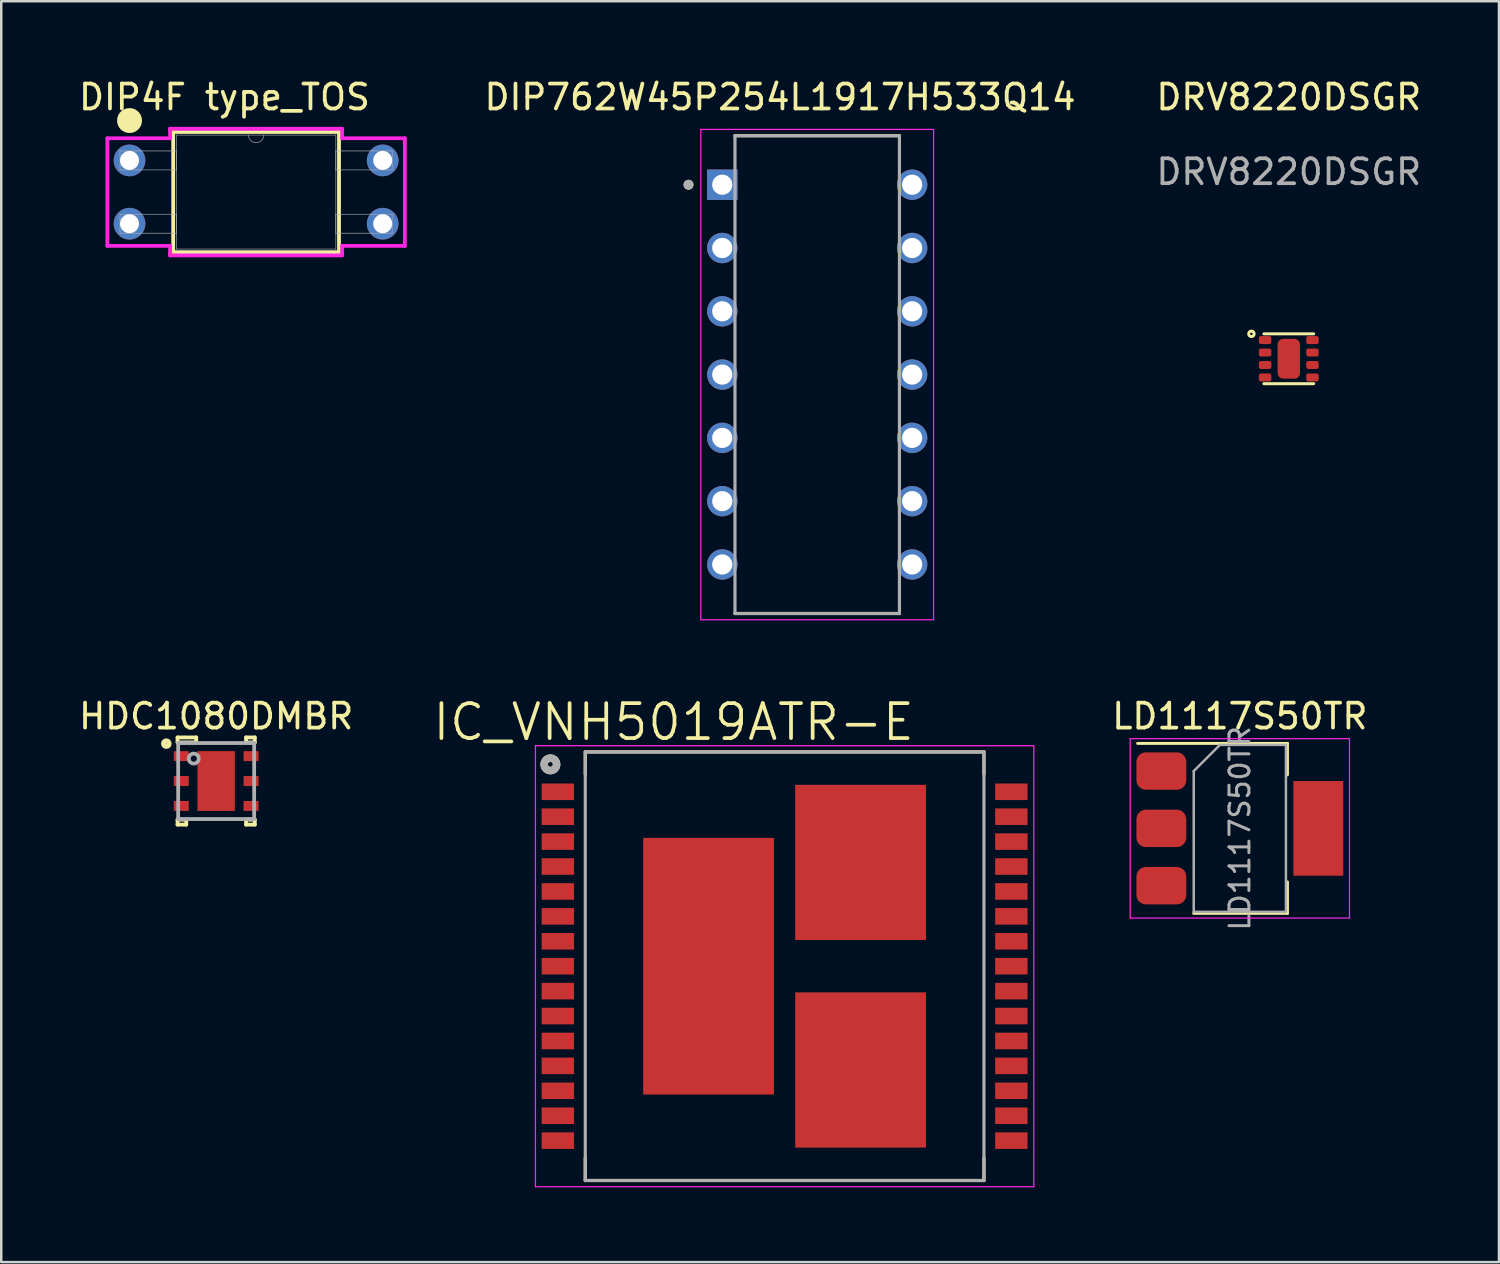
<source format=kicad_pcb>
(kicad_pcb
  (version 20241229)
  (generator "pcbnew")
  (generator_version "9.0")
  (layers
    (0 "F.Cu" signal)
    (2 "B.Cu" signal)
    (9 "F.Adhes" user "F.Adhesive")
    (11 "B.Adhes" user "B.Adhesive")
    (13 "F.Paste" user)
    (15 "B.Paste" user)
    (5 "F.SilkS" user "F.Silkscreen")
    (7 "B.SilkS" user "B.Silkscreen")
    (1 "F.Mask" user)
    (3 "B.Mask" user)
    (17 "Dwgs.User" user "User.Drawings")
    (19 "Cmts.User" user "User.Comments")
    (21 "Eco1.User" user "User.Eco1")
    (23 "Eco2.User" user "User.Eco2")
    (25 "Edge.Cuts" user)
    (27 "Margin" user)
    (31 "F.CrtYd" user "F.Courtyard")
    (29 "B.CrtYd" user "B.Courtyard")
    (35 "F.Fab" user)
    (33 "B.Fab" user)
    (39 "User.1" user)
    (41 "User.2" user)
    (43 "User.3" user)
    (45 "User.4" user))
  (footprint "DIP762W45P254L1917H533Q14"
    (layer "F.Cu")
    (at 29.746 11.983)
    (property "Reference" "DIP762W45P254L1917H533Q14" (at -1.49 -11.135 0) (layer "F.SilkS") (effects (font (size 1 1) (thickness 0.15))))
    (attr through_hole)
    (fp_line (start -3.3 -9.588) (end 3.3 -9.588) (stroke (width 0.127) (type solid)) (layer "F.SilkS"))
    (fp_line (start -3.3 9.588) (end 3.3 9.588) (stroke (width 0.127) (type solid)) (layer "F.SilkS"))
    (fp_circle (center -5.165 -7.62) (end -5.065 -7.62) (stroke (width 0.2) (type solid)) (fill no) (layer "F.SilkS"))
    (fp_line (start -4.67 -9.838) (end -4.67 9.838) (stroke (width 0.05) (type solid)) (layer "F.CrtYd"))
    (fp_line (start 4.67 -9.838) (end -4.67 -9.838) (stroke (width 0.05) (type solid)) (layer "F.CrtYd"))
    (fp_line (start 4.67 -9.838) (end 4.67 9.838) (stroke (width 0.05) (type solid)) (layer "F.CrtYd"))
    (fp_line (start 4.67 9.838) (end -4.67 9.838) (stroke (width 0.05) (type solid)) (layer "F.CrtYd"))
    (fp_line (start -3.3 -9.588) (end -3.3 9.588) (stroke (width 0.127) (type solid)) (layer "F.Fab"))
    (fp_line (start -3.3 -9.588) (end 3.3 -9.588) (stroke (width 0.127) (type solid)) (layer "F.Fab"))
    (fp_line (start -3.3 9.588) (end 3.3 9.588) (stroke (width 0.127) (type solid)) (layer "F.Fab"))
    (fp_line (start 3.3 -9.588) (end 3.3 9.588) (stroke (width 0.127) (type solid)) (layer "F.Fab"))
    (fp_circle (center -5.165 -7.62) (end -5.065 -7.62) (stroke (width 0.2) (type solid)) (fill no) (layer "F.Fab"))
    (pad "1" thru_hole rect (at -3.81 -7.62) (size 1.22 1.22) (drill 0.81) (layers "*.Cu" "*.Mask"))
    (pad "2" thru_hole circle (at -3.81 -5.08) (size 1.22 1.22) (drill 0.81) (layers "*.Cu" "*.Mask"))
    (pad "3" thru_hole circle (at -3.81 -2.54) (size 1.22 1.22) (drill 0.81) (layers "*.Cu" "*.Mask"))
    (pad "4" thru_hole circle (at -3.81 0) (size 1.22 1.22) (drill 0.81) (layers "*.Cu" "*.Mask"))
    (pad "5" thru_hole circle (at -3.81 2.54) (size 1.22 1.22) (drill 0.81) (layers "*.Cu" "*.Mask"))
    (pad "6" thru_hole circle (at -3.81 5.08) (size 1.22 1.22) (drill 0.81) (layers "*.Cu" "*.Mask"))
    (pad "7" thru_hole circle (at -3.81 7.62) (size 1.22 1.22) (drill 0.81) (layers "*.Cu" "*.Mask"))
    (pad "8" thru_hole circle (at 3.81 7.62) (size 1.22 1.22) (drill 0.81) (layers "*.Cu" "*.Mask"))
    (pad "9" thru_hole circle (at 3.81 5.08) (size 1.22 1.22) (drill 0.81) (layers "*.Cu" "*.Mask"))
    (pad "10" thru_hole circle (at 3.81 2.54) (size 1.22 1.22) (drill 0.81) (layers "*.Cu" "*.Mask"))
    (pad "11" thru_hole circle (at 3.81 0) (size 1.22 1.22) (drill 0.81) (layers "*.Cu" "*.Mask"))
    (pad "12" thru_hole circle (at 3.81 -2.54) (size 1.22 1.22) (drill 0.81) (layers "*.Cu" "*.Mask"))
    (pad "13" thru_hole circle (at 3.81 -5.08) (size 1.22 1.22) (drill 0.81) (layers "*.Cu" "*.Mask"))
    (pad "14" thru_hole circle (at 3.81 -7.62) (size 1.22 1.22) (drill 0.81) (layers "*.Cu" "*.Mask")))
  (footprint "LD1117S50TR"
    (layer "F.Cu")
    (at 46.707 30.194)
    (property "Reference" "LD1117S50TR" (at 0 -4.5 0) (layer "F.SilkS") (effects (font (size 1 1) (thickness 0.15))))
    (attr smd)
    (fp_line (start -4.1 -3.41) (end 1.91 -3.41) (stroke (width 0.12) (type solid)) (layer "F.SilkS"))
    (fp_line (start -1.85 3.41) (end 1.91 3.41) (stroke (width 0.12) (type solid)) (layer "F.SilkS"))
    (fp_line (start 1.91 -3.41) (end 1.91 -2.15) (stroke (width 0.12) (type solid)) (layer "F.SilkS"))
    (fp_line (start 1.91 3.41) (end 1.91 2.15) (stroke (width 0.12) (type solid)) (layer "F.SilkS"))
    (fp_line (start -4.4 -3.6) (end -4.4 3.6) (stroke (width 0.05) (type solid)) (layer "F.CrtYd"))
    (fp_line (start -4.4 3.6) (end 4.4 3.6) (stroke (width 0.05) (type solid)) (layer "F.CrtYd"))
    (fp_line (start 4.4 -3.6) (end -4.4 -3.6) (stroke (width 0.05) (type solid)) (layer "F.CrtYd"))
    (fp_line (start 4.4 3.6) (end 4.4 -3.6) (stroke (width 0.05) (type solid)) (layer "F.CrtYd"))
    (fp_line (start -1.85 -2.3) (end -1.85 3.35) (stroke (width 0.1) (type solid)) (layer "F.Fab"))
    (fp_line (start -1.85 -2.3) (end -0.8 -3.35) (stroke (width 0.1) (type solid)) (layer "F.Fab"))
    (fp_line (start -1.85 3.35) (end 1.85 3.35) (stroke (width 0.1) (type solid)) (layer "F.Fab"))
    (fp_line (start -0.8 -3.35) (end 1.85 -3.35) (stroke (width 0.1) (type solid)) (layer "F.Fab"))
    (fp_line (start 1.85 -3.35) (end 1.85 3.35) (stroke (width 0.1) (type solid)) (layer "F.Fab"))
    (fp_text user "${REFERENCE}" (at 0 0 90) (layer "F.Fab") (effects (font (size 0.8 0.8) (thickness 0.12))))
    (pad "1" smd roundrect (at -3.15 -2.3) (size 2 1.5) (layers "F.Cu" "F.Mask" "F.Paste") (roundrect_rratio 0.25))
    (pad "2" smd roundrect (at -3.15 0) (size 2 1.5) (layers "F.Cu" "F.Mask" "F.Paste") (roundrect_rratio 0.25))
    (pad "3" smd roundrect (at -3.15 2.3) (size 2 1.5) (layers "F.Cu" "F.Mask" "F.Paste") (roundrect_rratio 0.25))
    (pad "4" smd rect (at 3.15 0) (size 2 3.8) (layers "F.Cu" "F.Mask" "F.Paste")))
  (footprint "HDC1080DMBR"
    (layer "F.Cu")
    (at 5.625 28.294)
    (property "Reference" "HDC1080DMBR" (at 0 -2.6 0) (layer "F.SilkS") (effects (font (size 1 1) (thickness 0.15))))
    (attr through_hole)
    (fp_line (start -1.55 -1.75) (end -1.55 -1.55) (stroke (width 0.152) (type solid)) (layer "F.SilkS"))
    (fp_line (start -1.55 -1.55) (end -0.8 -1.55) (stroke (width 0.152) (type solid)) (layer "F.SilkS"))
    (fp_line (start -1.55 1.55) (end -1.55 1.75) (stroke (width 0.152) (type solid)) (layer "F.SilkS"))
    (fp_line (start -1.55 1.75) (end -1.2 1.75) (stroke (width 0.152) (type solid)) (layer "F.SilkS"))
    (fp_line (start -1.2 1.55) (end -1.55 1.55) (stroke (width 0.152) (type solid)) (layer "F.SilkS"))
    (fp_line (start -1.2 1.75) (end -1.2 1.55) (stroke (width 0.152) (type solid)) (layer "F.SilkS"))
    (fp_line (start -0.8 -1.75) (end -1.55 -1.75) (stroke (width 0.152) (type solid)) (layer "F.SilkS"))
    (fp_line (start -0.8 -1.55) (end -0.8 -1.75) (stroke (width 0.152) (type solid)) (layer "F.SilkS"))
    (fp_line (start 1.2 -1.75) (end 1.2 -1.55) (stroke (width 0.152) (type solid)) (layer "F.SilkS"))
    (fp_line (start 1.2 -1.55) (end 1.55 -1.55) (stroke (width 0.152) (type solid)) (layer "F.SilkS"))
    (fp_line (start 1.2 1.55) (end 1.2 1.75) (stroke (width 0.152) (type solid)) (layer "F.SilkS"))
    (fp_line (start 1.2 1.75) (end 1.55 1.75) (stroke (width 0.152) (type solid)) (layer "F.SilkS"))
    (fp_line (start 1.55 -1.75) (end 1.2 -1.75) (stroke (width 0.152) (type solid)) (layer "F.SilkS"))
    (fp_line (start 1.55 -1.55) (end 1.55 -1.75) (stroke (width 0.152) (type solid)) (layer "F.SilkS"))
    (fp_line (start 1.55 1.55) (end 1.2 1.55) (stroke (width 0.152) (type solid)) (layer "F.SilkS"))
    (fp_line (start 1.55 1.75) (end 1.55 1.55) (stroke (width 0.152) (type solid)) (layer "F.SilkS"))
    (fp_circle (center -2 -1.5) (end -1.9 -1.45) (stroke (width 0.2) (type solid)) (fill no) (layer "F.SilkS"))
    (fp_line (start -0.69 -1.16) (end -0.69 -0.1) (stroke (width 0.152) (type solid)) (layer "F.Paste"))
    (fp_line (start -0.69 -0.1) (end 0.69 -0.1) (stroke (width 0.152) (type solid)) (layer "F.Paste"))
    (fp_line (start -0.69 0.1) (end -0.69 1.16) (stroke (width 0.152) (type solid)) (layer "F.Paste"))
    (fp_line (start -0.69 1.16) (end 0.69 1.16) (stroke (width 0.152) (type solid)) (layer "F.Paste"))
    (fp_line (start 0.69 -1.16) (end -0.69 -1.16) (stroke (width 0.152) (type solid)) (layer "F.Paste"))
    (fp_line (start 0.69 -0.1) (end 0.69 -1.16) (stroke (width 0.152) (type solid)) (layer "F.Paste"))
    (fp_line (start 0.69 0.1) (end -0.69 0.1) (stroke (width 0.152) (type solid)) (layer "F.Paste"))
    (fp_line (start 0.69 1.16) (end 0.69 0.1) (stroke (width 0.152) (type solid)) (layer "F.Paste"))
    (fp_line (start -1.525 -1.525) (end 1.525 -1.525) (stroke (width 0.152) (type solid)) (layer "F.Fab"))
    (fp_line (start -1.525 1.525) (end -1.525 -1.525) (stroke (width 0.152) (type solid)) (layer "F.Fab"))
    (fp_line (start -1.525 1.525) (end 1.525 1.525) (stroke (width 0.152) (type solid)) (layer "F.Fab"))
    (fp_line (start 1.525 1.525) (end 1.525 -1.525) (stroke (width 0.152) (type solid)) (layer "F.Fab"))
    (fp_circle (center -0.9 -0.9) (end -0.7 -0.9) (stroke (width 0.152) (type solid)) (fill no) (layer "F.Fab"))
    (pad "1" smd rect (at -1.4 -1) (size 0.6 0.4) (layers "F.Cu" "F.Mask" "F.Paste"))
    (pad "2" smd rect (at -1.4 0) (size 0.6 0.4) (layers "F.Cu" "F.Mask" "F.Paste"))
    (pad "3" smd rect (at -1.4 1) (size 0.6 0.4) (layers "F.Cu" "F.Mask" "F.Paste"))
    (pad "4" smd rect (at 1.4 1) (size 0.6 0.4) (layers "F.Cu" "F.Mask" "F.Paste"))
    (pad "5" smd rect (at 1.4 0) (size 0.6 0.4) (layers "F.Cu" "F.Mask" "F.Paste"))
    (pad "6" smd rect (at 1.4 -1) (size 0.6 0.4) (layers "F.Cu" "F.Mask" "F.Paste"))
    (pad "7" smd rect (at 0 0) (size 1.5 2.4) (layers "F.Cu" "F.Mask" "F.Paste")))
  (footprint "IC_VNH5019ATR-E"
    (layer "F.Cu")
    (at 28.438 35.726)
    (property "Reference" "IC_VNH5019ATR-E" (at -4.453 -9.797 0) (layer "F.SilkS") (effects (font (size 1.403 1.403) (thickness 0.15))))
    (attr smd)
    (fp_line (start -8 -8.6) (end 8 -8.6) (stroke (width 0.127) (type solid)) (layer "F.SilkS"))
    (fp_line (start -8 -7.7) (end -8 -8.6) (stroke (width 0.127) (type solid)) (layer "F.SilkS"))
    (fp_line (start -8 7.7) (end -8 8.6) (stroke (width 0.127) (type solid)) (layer "F.SilkS"))
    (fp_line (start -8 8.6) (end 8 8.6) (stroke (width 0.127) (type solid)) (layer "F.SilkS"))
    (fp_line (start 8 -8.6) (end 8 -7.7) (stroke (width 0.127) (type solid)) (layer "F.SilkS"))
    (fp_line (start 8 8.6) (end 8 7.7) (stroke (width 0.127) (type solid)) (layer "F.SilkS"))
    (fp_circle (center -9.4 -8.1) (end -9.3 -8.1) (stroke (width 0.3) (type solid)) (fill no) (layer "F.SilkS"))
    (fp_poly (pts (xy -4.711 -3.257) (xy -1.39 -3.257) (xy -1.39 3.257) (xy -4.711 3.257)) (stroke (width 0.01) (type solid)) (fill yes) (layer "F.Paste"))
    (fp_poly (pts (xy 1.39 2.195) (xy 4.71 2.195) (xy 4.71 6.136) (xy 1.39 6.136)) (stroke (width 0.01) (type solid)) (fill yes) (layer "F.Paste"))
    (fp_poly (pts (xy 1.391 -6.135) (xy 4.71 -6.135) (xy 4.71 -2.196) (xy 1.391 -2.196)) (stroke (width 0.01) (type solid)) (fill yes) (layer "F.Paste"))
    (fp_line (start -10 -8.85) (end 10 -8.85) (stroke (width 0.05) (type solid)) (layer "F.CrtYd"))
    (fp_line (start -10 8.85) (end -10 -8.85) (stroke (width 0.05) (type solid)) (layer "F.CrtYd"))
    (fp_line (start 10 -8.85) (end 10 8.85) (stroke (width 0.05) (type solid)) (layer "F.CrtYd"))
    (fp_line (start 10 8.85) (end -10 8.85) (stroke (width 0.05) (type solid)) (layer "F.CrtYd"))
    (fp_line (start -8 -8.6) (end 8 -8.6) (stroke (width 0.127) (type solid)) (layer "F.Fab"))
    (fp_line (start -8 8.6) (end -8 -8.6) (stroke (width 0.127) (type solid)) (layer "F.Fab"))
    (fp_line (start 8 -8.6) (end 8 8.6) (stroke (width 0.127) (type solid)) (layer "F.Fab"))
    (fp_line (start 8 8.6) (end -8 8.6) (stroke (width 0.127) (type solid)) (layer "F.Fab"))
    (fp_circle (center -9.4 -8.1) (end -9.3 -8.1) (stroke (width 0.3) (type solid)) (fill no) (layer "F.Fab"))
    (pad "1" smd rect (at -9.1 -7 90) (size 0.665 1.3) (layers "F.Cu" "F.Mask" "F.Paste"))
    (pad "2" smd rect (at -9.1 -6 90) (size 0.665 1.3) (layers "F.Cu" "F.Mask" "F.Paste"))
    (pad "3" smd rect (at -9.1 -5 90) (size 0.665 1.3) (layers "F.Cu" "F.Mask" "F.Paste"))
    (pad "4" smd rect (at -9.1 -4 90) (size 0.665 1.3) (layers "F.Cu" "F.Mask" "F.Paste"))
    (pad "5" smd rect (at -9.1 -3 90) (size 0.665 1.3) (layers "F.Cu" "F.Mask" "F.Paste"))
    (pad "6" smd rect (at -9.1 -2 90) (size 0.665 1.3) (layers "F.Cu" "F.Mask" "F.Paste"))
    (pad "7" smd rect (at -9.1 -1 90) (size 0.665 1.3) (layers "F.Cu" "F.Mask" "F.Paste"))
    (pad "8" smd rect (at -9.1 0 90) (size 0.665 1.3) (layers "F.Cu" "F.Mask" "F.Paste"))
    (pad "9" smd rect (at -9.1 1 90) (size 0.665 1.3) (layers "F.Cu" "F.Mask" "F.Paste"))
    (pad "10" smd rect (at -9.1 2 90) (size 0.665 1.3) (layers "F.Cu" "F.Mask" "F.Paste"))
    (pad "11" smd rect (at -9.1 3 90) (size 0.665 1.3) (layers "F.Cu" "F.Mask" "F.Paste"))
    (pad "12" smd rect (at -9.1 4 90) (size 0.665 1.3) (layers "F.Cu" "F.Mask" "F.Paste"))
    (pad "13" smd rect (at -9.1 5 90) (size 0.665 1.3) (layers "F.Cu" "F.Mask" "F.Paste"))
    (pad "14" smd rect (at -9.1 6 90) (size 0.665 1.3) (layers "F.Cu" "F.Mask" "F.Paste"))
    (pad "15" smd rect (at -9.1 7 90) (size 0.665 1.3) (layers "F.Cu" "F.Mask" "F.Paste"))
    (pad "16" smd rect (at 9.1 7 90) (size 0.665 1.3) (layers "F.Cu" "F.Mask" "F.Paste"))
    (pad "17" smd rect (at 9.1 6 90) (size 0.665 1.3) (layers "F.Cu" "F.Mask" "F.Paste"))
    (pad "18" smd rect (at 9.1 5 90) (size 0.665 1.3) (layers "F.Cu" "F.Mask" "F.Paste"))
    (pad "19" smd rect (at 9.1 4 90) (size 0.665 1.3) (layers "F.Cu" "F.Mask" "F.Paste"))
    (pad "20" smd rect (at 9.1 3 90) (size 0.665 1.3) (layers "F.Cu" "F.Mask" "F.Paste"))
    (pad "21" smd rect (at 9.1 2 90) (size 0.665 1.3) (layers "F.Cu" "F.Mask" "F.Paste"))
    (pad "22" smd rect (at 9.1 1 90) (size 0.665 1.3) (layers "F.Cu" "F.Mask" "F.Paste"))
    (pad "23" smd rect (at 9.1 0 90) (size 0.665 1.3) (layers "F.Cu" "F.Mask" "F.Paste"))
    (pad "24" smd rect (at 9.1 -1 90) (size 0.665 1.3) (layers "F.Cu" "F.Mask" "F.Paste"))
    (pad "25" smd rect (at 9.1 -2 90) (size 0.665 1.3) (layers "F.Cu" "F.Mask" "F.Paste"))
    (pad "26" smd rect (at 9.1 -3 90) (size 0.665 1.3) (layers "F.Cu" "F.Mask" "F.Paste"))
    (pad "27" smd rect (at 9.1 -4 90) (size 0.665 1.3) (layers "F.Cu" "F.Mask" "F.Paste"))
    (pad "28" smd rect (at 9.1 -5 90) (size 0.665 1.3) (layers "F.Cu" "F.Mask" "F.Paste"))
    (pad "29" smd rect (at 9.1 -6 90) (size 0.665 1.3) (layers "F.Cu" "F.Mask" "F.Paste"))
    (pad "30" smd rect (at 9.1 -7 90) (size 0.665 1.3) (layers "F.Cu" "F.Mask" "F.Paste"))
    (pad "HS1" smd rect (at -3.05 0 90) (size 10.3 5.25) (layers "F.Cu" "F.Mask"))
    (pad "HS2" smd rect (at 3.05 -4.165 90) (size 6.23 5.25) (layers "F.Cu" "F.Mask"))
    (pad "HS3" smd rect (at 3.05 4.165 90) (size 6.23 5.25) (layers "F.Cu" "F.Mask")))
  (footprint "DRV8220DSGR"
    (layer "F.Cu")
    (at 48.672 11.348)
    (property "Reference" "DRV8220DSGR" (at 0 -10.5 0) (unlocked yes) (layer "F.SilkS") (effects (font (size 1 1) (thickness 0.15))))
    (attr smd)
    (fp_line (start -1 -1) (end 1 -1) (stroke (width 0.12) (type solid)) (layer "F.SilkS"))
    (fp_line (start -1 1) (end 1 1) (stroke (width 0.12) (type solid)) (layer "F.SilkS"))
    (fp_circle (center -1.5 -1) (end -1.45 -1) (stroke (width 0.12) (type solid)) (fill no) (layer "F.SilkS"))
    (fp_text user "${REFERENCE}" (at 0 -7.5 0) (unlocked yes) (layer "F.Fab") (effects (font (size 1 1) (thickness 0.15))))
    (pad "1" smd roundrect (at -0.95 -0.75) (size 0.5 0.32) (layers "*.Paste" "F.Cu" "F.Mask") (roundrect_rratio 0.25))
    (pad "2" smd roundrect (at -0.95 -0.25) (size 0.5 0.32) (layers "F.Cu" "F.Mask" "F.Paste") (roundrect_rratio 0.25))
    (pad "3" smd roundrect (at -0.95 0.25) (size 0.5 0.32) (layers "F.Cu" "F.Mask" "F.Paste") (roundrect_rratio 0.25))
    (pad "4" smd roundrect (at -0.95 0.75) (size 0.5 0.32) (layers "F.Cu" "F.Mask" "F.Paste") (roundrect_rratio 0.25))
    (pad "5" smd roundrect (at 0.95 0.75) (size 0.5 0.32) (layers "F.Cu" "F.Mask" "F.Paste") (roundrect_rratio 0.25))
    (pad "6" smd roundrect (at 0.95 0.25) (size 0.5 0.32) (layers "F.Cu" "F.Mask" "F.Paste") (roundrect_rratio 0.25))
    (pad "7" smd roundrect (at 0.95 -0.25) (size 0.5 0.32) (layers "F.Cu" "F.Mask" "F.Paste") (roundrect_rratio 0.25))
    (pad "8" smd roundrect (at 0.95 -0.75) (size 0.5 0.32) (layers "F.Cu" "F.Mask" "F.Paste") (roundrect_rratio 0.25))
    (pad "9" smd roundrect (at 0 0) (size 0.9 1.6) (layers "F.Cu" "F.Mask" "F.Paste") (roundrect_rratio 0.25)))
  (footprint "DIP4F type_TOS"
    (layer "F.Cu")
    (at 2.148 3.388)
    (property "Reference" "DIP4F type_TOS" (at 3.81 -2.54 0) (unlocked yes) (layer "F.SilkS") (effects (font (size 1 1) (thickness 0.15))))
    (attr through_hole)
    (fp_line (start 1.753 -1.143) (end 1.753 3.683) (stroke (width 0.152) (type solid)) (layer "F.SilkS"))
    (fp_line (start 1.753 3.683) (end 8.407 3.683) (stroke (width 0.152) (type solid)) (layer "F.SilkS"))
    (fp_line (start 8.407 -1.143) (end 1.753 -1.143) (stroke (width 0.152) (type solid)) (layer "F.SilkS"))
    (fp_line (start 8.407 3.683) (end 8.407 -1.143) (stroke (width 0.152) (type solid)) (layer "F.SilkS"))
    (fp_circle (center 0 -1.6) (end 0.25 -1.6) (stroke (width 0.5) (type solid)) (fill no) (layer "F.SilkS"))
    (fp_line (start -0.889 -0.889) (end 1.626 -0.889) (stroke (width 0.152) (type solid)) (layer "F.CrtYd"))
    (fp_line (start -0.889 3.429) (end -0.889 -0.889) (stroke (width 0.152) (type solid)) (layer "F.CrtYd"))
    (fp_line (start 1.626 -1.27) (end 8.534 -1.27) (stroke (width 0.152) (type solid)) (layer "F.CrtYd"))
    (fp_line (start 1.626 -0.889) (end 1.626 -1.27) (stroke (width 0.152) (type solid)) (layer "F.CrtYd"))
    (fp_line (start 1.626 3.429) (end -0.889 3.429) (stroke (width 0.152) (type solid)) (layer "F.CrtYd"))
    (fp_line (start 1.626 3.81) (end 1.626 3.429) (stroke (width 0.152) (type solid)) (layer "F.CrtYd"))
    (fp_line (start 8.534 -1.27) (end 8.534 -0.889) (stroke (width 0.152) (type solid)) (layer "F.CrtYd"))
    (fp_line (start 8.534 3.429) (end 8.534 3.81) (stroke (width 0.152) (type solid)) (layer "F.CrtYd"))
    (fp_line (start 8.534 3.81) (end 1.626 3.81) (stroke (width 0.152) (type solid)) (layer "F.CrtYd"))
    (fp_line (start 11.049 -0.889) (end 8.534 -0.889) (stroke (width 0.152) (type solid)) (layer "F.CrtYd"))
    (fp_line (start 11.049 -0.889) (end 11.049 3.429) (stroke (width 0.152) (type solid)) (layer "F.CrtYd"))
    (fp_line (start 11.049 3.429) (end 8.534 3.429) (stroke (width 0.152) (type solid)) (layer "F.CrtYd"))
    (fp_line (start -0.381 -0.381) (end -0.381 0.381) (stroke (width 0.025) (type solid)) (layer "F.Fab"))
    (fp_line (start -0.381 0.381) (end 1.88 0.381) (stroke (width 0.025) (type solid)) (layer "F.Fab"))
    (fp_line (start -0.381 2.159) (end -0.381 2.921) (stroke (width 0.025) (type solid)) (layer "F.Fab"))
    (fp_line (start -0.381 2.921) (end 1.88 2.921) (stroke (width 0.025) (type solid)) (layer "F.Fab"))
    (fp_line (start 1.88 -1.016) (end 1.88 3.556) (stroke (width 0.025) (type solid)) (layer "F.Fab"))
    (fp_line (start 1.88 -0.381) (end -0.381 -0.381) (stroke (width 0.025) (type solid)) (layer "F.Fab"))
    (fp_line (start 1.88 0.381) (end 1.88 -0.381) (stroke (width 0.025) (type solid)) (layer "F.Fab"))
    (fp_line (start 1.88 2.159) (end -0.381 2.159) (stroke (width 0.025) (type solid)) (layer "F.Fab"))
    (fp_line (start 1.88 2.921) (end 1.88 2.159) (stroke (width 0.025) (type solid)) (layer "F.Fab"))
    (fp_line (start 1.88 3.556) (end 8.28 3.556) (stroke (width 0.025) (type solid)) (layer "F.Fab"))
    (fp_line (start 8.28 -1.016) (end 1.88 -1.016) (stroke (width 0.025) (type solid)) (layer "F.Fab"))
    (fp_line (start 8.28 -0.381) (end 8.28 0.381) (stroke (width 0.025) (type solid)) (layer "F.Fab"))
    (fp_line (start 8.28 0.381) (end 10.541 0.381) (stroke (width 0.025) (type solid)) (layer "F.Fab"))
    (fp_line (start 8.28 2.159) (end 8.28 2.921) (stroke (width 0.025) (type solid)) (layer "F.Fab"))
    (fp_line (start 8.28 2.921) (end 10.541 2.921) (stroke (width 0.025) (type solid)) (layer "F.Fab"))
    (fp_line (start 8.28 3.556) (end 8.28 -1.016) (stroke (width 0.025) (type solid)) (layer "F.Fab"))
    (fp_line (start 10.541 -0.381) (end 8.28 -0.381) (stroke (width 0.025) (type solid)) (layer "F.Fab"))
    (fp_line (start 10.541 0.381) (end 10.541 -0.381) (stroke (width 0.025) (type solid)) (layer "F.Fab"))
    (fp_line (start 10.541 2.159) (end 8.28 2.159) (stroke (width 0.025) (type solid)) (layer "F.Fab"))
    (fp_line (start 10.541 2.921) (end 10.541 2.159) (stroke (width 0.025) (type solid)) (layer "F.Fab"))
    (fp_arc (start 5.3848 -1.016) (mid 5.08 -0.7112) (end 4.7752 -1.016) (stroke (width 0.0254) (type solid)) (layer "F.Fab"))
    (pad "1" thru_hole circle (at 0 0) (size 1.27 1.27) (drill 0.762) (layers "*.Cu" "*.Mask"))
    (pad "2" thru_hole circle (at 0 2.54) (size 1.27 1.27) (drill 0.762) (layers "*.Cu" "*.Mask"))
    (pad "3" thru_hole circle (at 10.16 2.54) (size 1.27 1.27) (drill 0.762) (layers "*.Cu" "*.Mask"))
    (pad "4" thru_hole circle (at 10.16 0) (size 1.27 1.27) (drill 0.762) (layers "*.Cu" "*.Mask")))
  (gr_rect
    (start -3 -3)
    (end 57.107 47.601)
    (stroke (width 0.1) (type default))
    (fill no)
    (layer "Edge.Cuts")))
</source>
